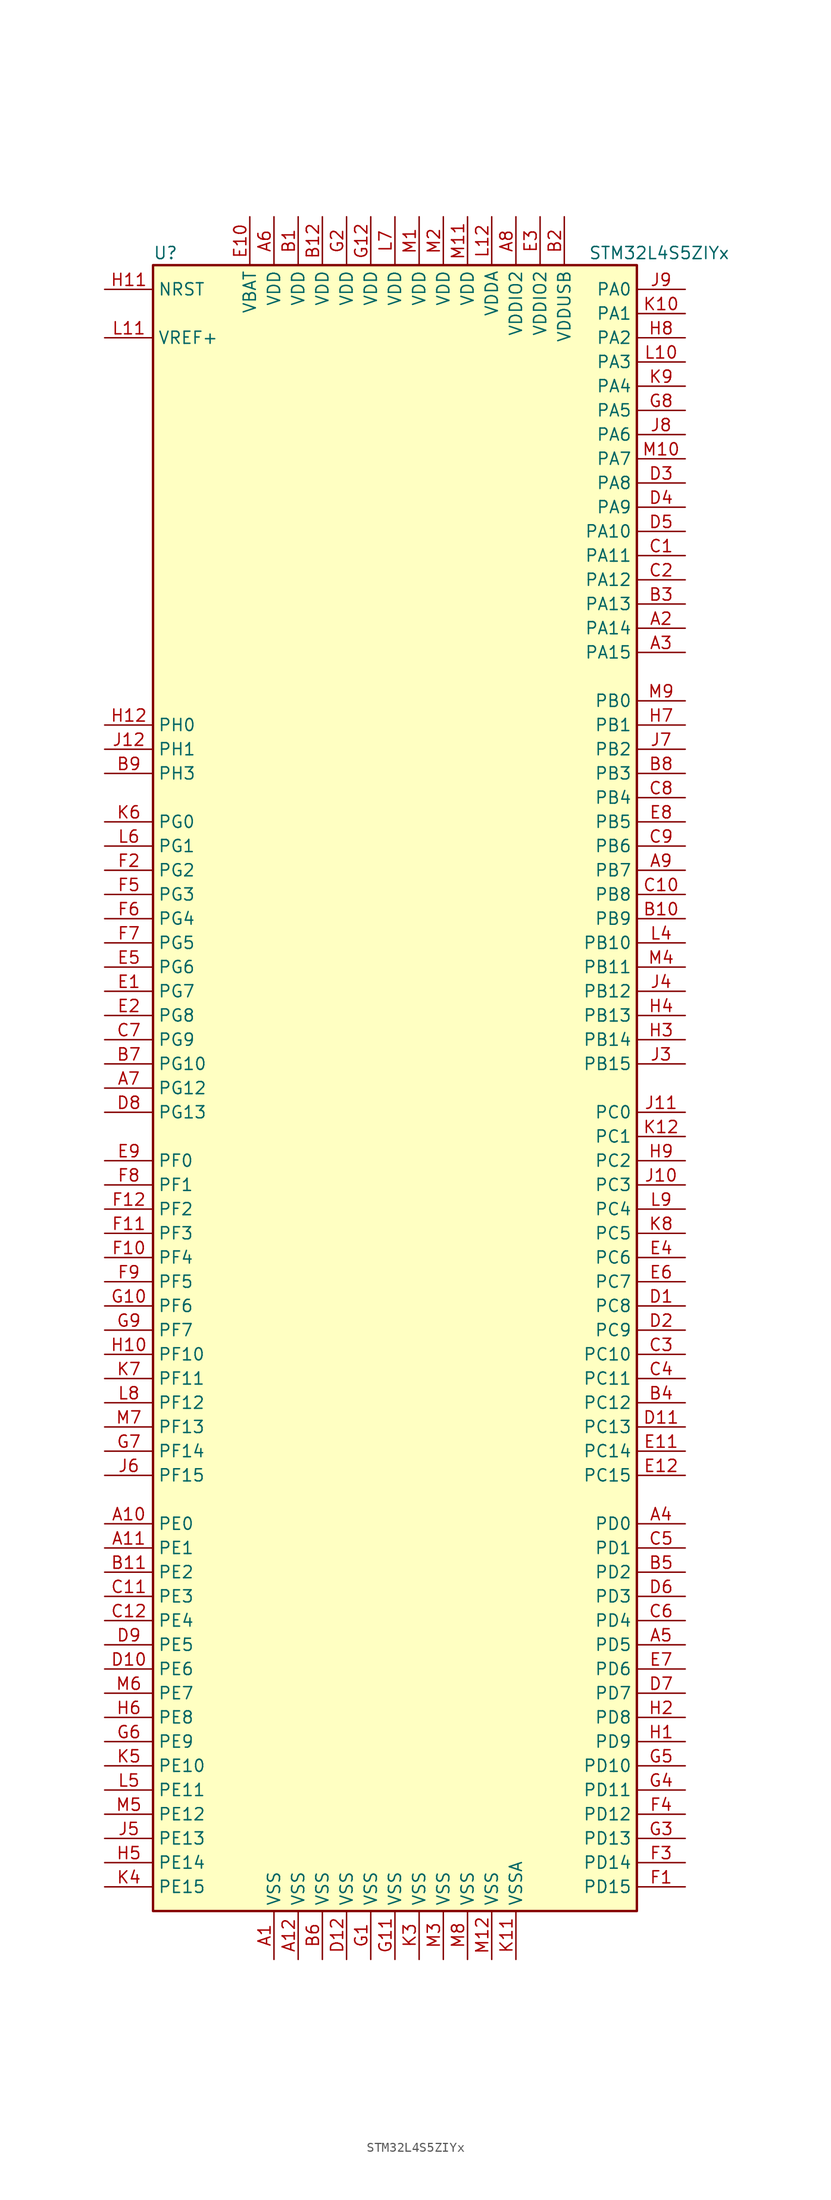
<source format=kicad_sym>
(kicad_symbol_lib
  (version 20201005)
  (generator kicad_symbol_editor)
  (symbol "STM32L4S5ZIYx"
    (property "Reference" "U"
      (at -25.4 87.63 0)
      (effects (font (size 1.27 1.27)) (justify left)))
    (property "Value" "STM32L4S5ZIYx"
      (at 20.32 87.63 0)
      (effects (font (size 1.27 1.27)) (justify left)))
    (symbol "STM32L4S5ZIYx_0_1"
      (rectangle (start -25.4 -86.36) (end 25.4 86.36) (stroke (width 0.254)) (fill (type background))))
    (symbol "STM32L4S5ZIYx_1_1"
      (pin power_in line (at -12.7 -91.44 90) (length 5.08) (name "VSS" (effects (font (size 1.27 1.27)))) (number "A1" (effects (font (size 1.27 1.27)))))
      (pin bidirectional line (at -30.48 -45.72 0) (length 5.08) (name "PE0" (effects (font (size 1.27 1.27)))) (number "A10" (effects (font (size 1.27 1.27)))))
      (pin bidirectional line (at -30.48 -48.26 0) (length 5.08) (name "PE1" (effects (font (size 1.27 1.27)))) (number "A11" (effects (font (size 1.27 1.27)))))
      (pin power_in line (at -10.16 -91.44 90) (length 5.08) (name "VSS" (effects (font (size 1.27 1.27)))) (number "A12" (effects (font (size 1.27 1.27)))))
      (pin bidirectional line (at 30.48 48.26 180) (length 5.08) (name "PA14" (effects (font (size 1.27 1.27)))) (number "A2" (effects (font (size 1.27 1.27)))))
      (pin bidirectional line (at 30.48 45.72 180) (length 5.08) (name "PA15" (effects (font (size 1.27 1.27)))) (number "A3" (effects (font (size 1.27 1.27)))))
      (pin bidirectional line (at 30.48 -45.72 180) (length 5.08) (name "PD0" (effects (font (size 1.27 1.27)))) (number "A4" (effects (font (size 1.27 1.27)))))
      (pin bidirectional line (at 30.48 -58.42 180) (length 5.08) (name "PD5" (effects (font (size 1.27 1.27)))) (number "A5" (effects (font (size 1.27 1.27)))))
      (pin power_in line (at -12.7 91.44 270) (length 5.08) (name "VDD" (effects (font (size 1.27 1.27)))) (number "A6" (effects (font (size 1.27 1.27)))))
      (pin bidirectional line (at -30.48 0 0) (length 5.08) (name "PG12" (effects (font (size 1.27 1.27)))) (number "A7" (effects (font (size 1.27 1.27)))))
      (pin power_in line (at 12.7 91.44 270) (length 5.08) (name "VDDIO2" (effects (font (size 1.27 1.27)))) (number "A8" (effects (font (size 1.27 1.27)))))
      (pin bidirectional line (at 30.48 22.86 180) (length 5.08) (name "PB7" (effects (font (size 1.27 1.27)))) (number "A9" (effects (font (size 1.27 1.27)))))
      (pin power_in line (at -10.16 91.44 270) (length 5.08) (name "VDD" (effects (font (size 1.27 1.27)))) (number "B1" (effects (font (size 1.27 1.27)))))
      (pin bidirectional line (at 30.48 17.78 180) (length 5.08) (name "PB9" (effects (font (size 1.27 1.27)))) (number "B10" (effects (font (size 1.27 1.27)))))
      (pin bidirectional line (at -30.48 -50.8 0) (length 5.08) (name "PE2" (effects (font (size 1.27 1.27)))) (number "B11" (effects (font (size 1.27 1.27)))))
      (pin power_in line (at -7.62 91.44 270) (length 5.08) (name "VDD" (effects (font (size 1.27 1.27)))) (number "B12" (effects (font (size 1.27 1.27)))))
      (pin power_in line (at 17.78 91.44 270) (length 5.08) (name "VDDUSB" (effects (font (size 1.27 1.27)))) (number "B2" (effects (font (size 1.27 1.27)))))
      (pin bidirectional line (at 30.48 50.8 180) (length 5.08) (name "PA13" (effects (font (size 1.27 1.27)))) (number "B3" (effects (font (size 1.27 1.27)))))
      (pin bidirectional line (at 30.48 -33.02 180) (length 5.08) (name "PC12" (effects (font (size 1.27 1.27)))) (number "B4" (effects (font (size 1.27 1.27)))))
      (pin bidirectional line (at 30.48 -50.8 180) (length 5.08) (name "PD2" (effects (font (size 1.27 1.27)))) (number "B5" (effects (font (size 1.27 1.27)))))
      (pin power_in line (at -7.62 -91.44 90) (length 5.08) (name "VSS" (effects (font (size 1.27 1.27)))) (number "B6" (effects (font (size 1.27 1.27)))))
      (pin bidirectional line (at -30.48 2.54 0) (length 5.08) (name "PG10" (effects (font (size 1.27 1.27)))) (number "B7" (effects (font (size 1.27 1.27)))))
      (pin bidirectional line (at 30.48 33.02 180) (length 5.08) (name "PB3" (effects (font (size 1.27 1.27)))) (number "B8" (effects (font (size 1.27 1.27)))))
      (pin bidirectional line (at -30.48 33.02 0) (length 5.08) (name "PH3" (effects (font (size 1.27 1.27)))) (number "B9" (effects (font (size 1.27 1.27)))))
      (pin bidirectional line (at 30.48 55.88 180) (length 5.08) (name "PA11" (effects (font (size 1.27 1.27)))) (number "C1" (effects (font (size 1.27 1.27)))))
      (pin bidirectional line (at 30.48 20.32 180) (length 5.08) (name "PB8" (effects (font (size 1.27 1.27)))) (number "C10" (effects (font (size 1.27 1.27)))))
      (pin bidirectional line (at -30.48 -53.34 0) (length 5.08) (name "PE3" (effects (font (size 1.27 1.27)))) (number "C11" (effects (font (size 1.27 1.27)))))
      (pin bidirectional line (at -30.48 -55.88 0) (length 5.08) (name "PE4" (effects (font (size 1.27 1.27)))) (number "C12" (effects (font (size 1.27 1.27)))))
      (pin bidirectional line (at 30.48 53.34 180) (length 5.08) (name "PA12" (effects (font (size 1.27 1.27)))) (number "C2" (effects (font (size 1.27 1.27)))))
      (pin bidirectional line (at 30.48 -27.94 180) (length 5.08) (name "PC10" (effects (font (size 1.27 1.27)))) (number "C3" (effects (font (size 1.27 1.27)))))
      (pin bidirectional line (at 30.48 -30.48 180) (length 5.08) (name "PC11" (effects (font (size 1.27 1.27)))) (number "C4" (effects (font (size 1.27 1.27)))))
      (pin bidirectional line (at 30.48 -48.26 180) (length 5.08) (name "PD1" (effects (font (size 1.27 1.27)))) (number "C5" (effects (font (size 1.27 1.27)))))
      (pin bidirectional line (at 30.48 -55.88 180) (length 5.08) (name "PD4" (effects (font (size 1.27 1.27)))) (number "C6" (effects (font (size 1.27 1.27)))))
      (pin bidirectional line (at -30.48 5.08 0) (length 5.08) (name "PG9" (effects (font (size 1.27 1.27)))) (number "C7" (effects (font (size 1.27 1.27)))))
      (pin bidirectional line (at 30.48 30.48 180) (length 5.08) (name "PB4" (effects (font (size 1.27 1.27)))) (number "C8" (effects (font (size 1.27 1.27)))))
      (pin bidirectional line (at 30.48 25.4 180) (length 5.08) (name "PB6" (effects (font (size 1.27 1.27)))) (number "C9" (effects (font (size 1.27 1.27)))))
      (pin bidirectional line (at 30.48 -22.86 180) (length 5.08) (name "PC8" (effects (font (size 1.27 1.27)))) (number "D1" (effects (font (size 1.27 1.27)))))
      (pin bidirectional line (at -30.48 -60.96 0) (length 5.08) (name "PE6" (effects (font (size 1.27 1.27)))) (number "D10" (effects (font (size 1.27 1.27)))))
      (pin bidirectional line (at 30.48 -35.56 180) (length 5.08) (name "PC13" (effects (font (size 1.27 1.27)))) (number "D11" (effects (font (size 1.27 1.27)))))
      (pin power_in line (at -5.08 -91.44 90) (length 5.08) (name "VSS" (effects (font (size 1.27 1.27)))) (number "D12" (effects (font (size 1.27 1.27)))))
      (pin bidirectional line (at 30.48 -25.4 180) (length 5.08) (name "PC9" (effects (font (size 1.27 1.27)))) (number "D2" (effects (font (size 1.27 1.27)))))
      (pin bidirectional line (at 30.48 63.5 180) (length 5.08) (name "PA8" (effects (font (size 1.27 1.27)))) (number "D3" (effects (font (size 1.27 1.27)))))
      (pin bidirectional line (at 30.48 60.96 180) (length 5.08) (name "PA9" (effects (font (size 1.27 1.27)))) (number "D4" (effects (font (size 1.27 1.27)))))
      (pin bidirectional line (at 30.48 58.42 180) (length 5.08) (name "PA10" (effects (font (size 1.27 1.27)))) (number "D5" (effects (font (size 1.27 1.27)))))
      (pin bidirectional line (at 30.48 -53.34 180) (length 5.08) (name "PD3" (effects (font (size 1.27 1.27)))) (number "D6" (effects (font (size 1.27 1.27)))))
      (pin bidirectional line (at 30.48 -63.5 180) (length 5.08) (name "PD7" (effects (font (size 1.27 1.27)))) (number "D7" (effects (font (size 1.27 1.27)))))
      (pin bidirectional line (at -30.48 -2.54 0) (length 5.08) (name "PG13" (effects (font (size 1.27 1.27)))) (number "D8" (effects (font (size 1.27 1.27)))))
      (pin bidirectional line (at -30.48 -58.42 0) (length 5.08) (name "PE5" (effects (font (size 1.27 1.27)))) (number "D9" (effects (font (size 1.27 1.27)))))
      (pin bidirectional line (at -30.48 10.16 0) (length 5.08) (name "PG7" (effects (font (size 1.27 1.27)))) (number "E1" (effects (font (size 1.27 1.27)))))
      (pin power_in line (at -15.24 91.44 270) (length 5.08) (name "VBAT" (effects (font (size 1.27 1.27)))) (number "E10" (effects (font (size 1.27 1.27)))))
      (pin bidirectional line (at 30.48 -38.1 180) (length 5.08) (name "PC14" (effects (font (size 1.27 1.27)))) (number "E11" (effects (font (size 1.27 1.27)))))
      (pin bidirectional line (at 30.48 -40.64 180) (length 5.08) (name "PC15" (effects (font (size 1.27 1.27)))) (number "E12" (effects (font (size 1.27 1.27)))))
      (pin bidirectional line (at -30.48 7.62 0) (length 5.08) (name "PG8" (effects (font (size 1.27 1.27)))) (number "E2" (effects (font (size 1.27 1.27)))))
      (pin power_in line (at 15.24 91.44 270) (length 5.08) (name "VDDIO2" (effects (font (size 1.27 1.27)))) (number "E3" (effects (font (size 1.27 1.27)))))
      (pin bidirectional line (at 30.48 -17.78 180) (length 5.08) (name "PC6" (effects (font (size 1.27 1.27)))) (number "E4" (effects (font (size 1.27 1.27)))))
      (pin bidirectional line (at -30.48 12.7 0) (length 5.08) (name "PG6" (effects (font (size 1.27 1.27)))) (number "E5" (effects (font (size 1.27 1.27)))))
      (pin bidirectional line (at 30.48 -20.32 180) (length 5.08) (name "PC7" (effects (font (size 1.27 1.27)))) (number "E6" (effects (font (size 1.27 1.27)))))
      (pin bidirectional line (at 30.48 -60.96 180) (length 5.08) (name "PD6" (effects (font (size 1.27 1.27)))) (number "E7" (effects (font (size 1.27 1.27)))))
      (pin bidirectional line (at 30.48 27.94 180) (length 5.08) (name "PB5" (effects (font (size 1.27 1.27)))) (number "E8" (effects (font (size 1.27 1.27)))))
      (pin bidirectional line (at -30.48 -7.62 0) (length 5.08) (name "PF0" (effects (font (size 1.27 1.27)))) (number "E9" (effects (font (size 1.27 1.27)))))
      (pin bidirectional line (at 30.48 -83.82 180) (length 5.08) (name "PD15" (effects (font (size 1.27 1.27)))) (number "F1" (effects (font (size 1.27 1.27)))))
      (pin bidirectional line (at -30.48 -17.78 0) (length 5.08) (name "PF4" (effects (font (size 1.27 1.27)))) (number "F10" (effects (font (size 1.27 1.27)))))
      (pin bidirectional line (at -30.48 -15.24 0) (length 5.08) (name "PF3" (effects (font (size 1.27 1.27)))) (number "F11" (effects (font (size 1.27 1.27)))))
      (pin bidirectional line (at -30.48 -12.7 0) (length 5.08) (name "PF2" (effects (font (size 1.27 1.27)))) (number "F12" (effects (font (size 1.27 1.27)))))
      (pin bidirectional line (at -30.48 22.86 0) (length 5.08) (name "PG2" (effects (font (size 1.27 1.27)))) (number "F2" (effects (font (size 1.27 1.27)))))
      (pin bidirectional line (at 30.48 -81.28 180) (length 5.08) (name "PD14" (effects (font (size 1.27 1.27)))) (number "F3" (effects (font (size 1.27 1.27)))))
      (pin bidirectional line (at 30.48 -76.2 180) (length 5.08) (name "PD12" (effects (font (size 1.27 1.27)))) (number "F4" (effects (font (size 1.27 1.27)))))
      (pin bidirectional line (at -30.48 20.32 0) (length 5.08) (name "PG3" (effects (font (size 1.27 1.27)))) (number "F5" (effects (font (size 1.27 1.27)))))
      (pin bidirectional line (at -30.48 17.78 0) (length 5.08) (name "PG4" (effects (font (size 1.27 1.27)))) (number "F6" (effects (font (size 1.27 1.27)))))
      (pin bidirectional line (at -30.48 15.24 0) (length 5.08) (name "PG5" (effects (font (size 1.27 1.27)))) (number "F7" (effects (font (size 1.27 1.27)))))
      (pin bidirectional line (at -30.48 -10.16 0) (length 5.08) (name "PF1" (effects (font (size 1.27 1.27)))) (number "F8" (effects (font (size 1.27 1.27)))))
      (pin bidirectional line (at -30.48 -20.32 0) (length 5.08) (name "PF5" (effects (font (size 1.27 1.27)))) (number "F9" (effects (font (size 1.27 1.27)))))
      (pin power_in line (at -2.54 -91.44 90) (length 5.08) (name "VSS" (effects (font (size 1.27 1.27)))) (number "G1" (effects (font (size 1.27 1.27)))))
      (pin bidirectional line (at -30.48 -22.86 0) (length 5.08) (name "PF6" (effects (font (size 1.27 1.27)))) (number "G10" (effects (font (size 1.27 1.27)))))
      (pin power_in line (at 0 -91.44 90) (length 5.08) (name "VSS" (effects (font (size 1.27 1.27)))) (number "G11" (effects (font (size 1.27 1.27)))))
      (pin power_in line (at -2.54 91.44 270) (length 5.08) (name "VDD" (effects (font (size 1.27 1.27)))) (number "G12" (effects (font (size 1.27 1.27)))))
      (pin power_in line (at -5.08 91.44 270) (length 5.08) (name "VDD" (effects (font (size 1.27 1.27)))) (number "G2" (effects (font (size 1.27 1.27)))))
      (pin bidirectional line (at 30.48 -78.74 180) (length 5.08) (name "PD13" (effects (font (size 1.27 1.27)))) (number "G3" (effects (font (size 1.27 1.27)))))
      (pin bidirectional line (at 30.48 -73.66 180) (length 5.08) (name "PD11" (effects (font (size 1.27 1.27)))) (number "G4" (effects (font (size 1.27 1.27)))))
      (pin bidirectional line (at 30.48 -71.12 180) (length 5.08) (name "PD10" (effects (font (size 1.27 1.27)))) (number "G5" (effects (font (size 1.27 1.27)))))
      (pin bidirectional line (at -30.48 -68.58 0) (length 5.08) (name "PE9" (effects (font (size 1.27 1.27)))) (number "G6" (effects (font (size 1.27 1.27)))))
      (pin bidirectional line (at -30.48 -38.1 0) (length 5.08) (name "PF14" (effects (font (size 1.27 1.27)))) (number "G7" (effects (font (size 1.27 1.27)))))
      (pin bidirectional line (at 30.48 71.12 180) (length 5.08) (name "PA5" (effects (font (size 1.27 1.27)))) (number "G8" (effects (font (size 1.27 1.27)))))
      (pin bidirectional line (at -30.48 -25.4 0) (length 5.08) (name "PF7" (effects (font (size 1.27 1.27)))) (number "G9" (effects (font (size 1.27 1.27)))))
      (pin bidirectional line (at 30.48 -68.58 180) (length 5.08) (name "PD9" (effects (font (size 1.27 1.27)))) (number "H1" (effects (font (size 1.27 1.27)))))
      (pin bidirectional line (at -30.48 -27.94 0) (length 5.08) (name "PF10" (effects (font (size 1.27 1.27)))) (number "H10" (effects (font (size 1.27 1.27)))))
      (pin input line (at -30.48 83.82 0) (length 5.08) (name "NRST" (effects (font (size 1.27 1.27)))) (number "H11" (effects (font (size 1.27 1.27)))))
      (pin input line (at -30.48 38.1 0) (length 5.08) (name "PH0" (effects (font (size 1.27 1.27)))) (number "H12" (effects (font (size 1.27 1.27)))))
      (pin bidirectional line (at 30.48 -66.04 180) (length 5.08) (name "PD8" (effects (font (size 1.27 1.27)))) (number "H2" (effects (font (size 1.27 1.27)))))
      (pin bidirectional line (at 30.48 5.08 180) (length 5.08) (name "PB14" (effects (font (size 1.27 1.27)))) (number "H3" (effects (font (size 1.27 1.27)))))
      (pin bidirectional line (at 30.48 7.62 180) (length 5.08) (name "PB13" (effects (font (size 1.27 1.27)))) (number "H4" (effects (font (size 1.27 1.27)))))
      (pin bidirectional line (at -30.48 -81.28 0) (length 5.08) (name "PE14" (effects (font (size 1.27 1.27)))) (number "H5" (effects (font (size 1.27 1.27)))))
      (pin bidirectional line (at -30.48 -66.04 0) (length 5.08) (name "PE8" (effects (font (size 1.27 1.27)))) (number "H6" (effects (font (size 1.27 1.27)))))
      (pin bidirectional line (at 30.48 38.1 180) (length 5.08) (name "PB1" (effects (font (size 1.27 1.27)))) (number "H7" (effects (font (size 1.27 1.27)))))
      (pin bidirectional line (at 30.48 78.74 180) (length 5.08) (name "PA2" (effects (font (size 1.27 1.27)))) (number "H8" (effects (font (size 1.27 1.27)))))
      (pin bidirectional line (at 30.48 -7.62 180) (length 5.08) (name "PC2" (effects (font (size 1.27 1.27)))) (number "H9" (effects (font (size 1.27 1.27)))))
      (pin no_connect line (at -25.4 -83.82 0) (length 5.08) hide (name "NC" (effects (font (size 1.27 1.27)))) (number "J1" (effects (font (size 1.27 1.27)))))
      (pin bidirectional line (at 30.48 -10.16 180) (length 5.08) (name "PC3" (effects (font (size 1.27 1.27)))) (number "J10" (effects (font (size 1.27 1.27)))))
      (pin bidirectional line (at 30.48 -2.54 180) (length 5.08) (name "PC0" (effects (font (size 1.27 1.27)))) (number "J11" (effects (font (size 1.27 1.27)))))
      (pin input line (at -30.48 35.56 0) (length 5.08) (name "PH1" (effects (font (size 1.27 1.27)))) (number "J12" (effects (font (size 1.27 1.27)))))
      (pin no_connect line (at -25.4 -81.28 0) (length 5.08) hide (name "NC" (effects (font (size 1.27 1.27)))) (number "J2" (effects (font (size 1.27 1.27)))))
      (pin bidirectional line (at 30.48 2.54 180) (length 5.08) (name "PB15" (effects (font (size 1.27 1.27)))) (number "J3" (effects (font (size 1.27 1.27)))))
      (pin bidirectional line (at 30.48 10.16 180) (length 5.08) (name "PB12" (effects (font (size 1.27 1.27)))) (number "J4" (effects (font (size 1.27 1.27)))))
      (pin bidirectional line (at -30.48 -78.74 0) (length 5.08) (name "PE13" (effects (font (size 1.27 1.27)))) (number "J5" (effects (font (size 1.27 1.27)))))
      (pin bidirectional line (at -30.48 -40.64 0) (length 5.08) (name "PF15" (effects (font (size 1.27 1.27)))) (number "J6" (effects (font (size 1.27 1.27)))))
      (pin bidirectional line (at 30.48 35.56 180) (length 5.08) (name "PB2" (effects (font (size 1.27 1.27)))) (number "J7" (effects (font (size 1.27 1.27)))))
      (pin bidirectional line (at 30.48 68.58 180) (length 5.08) (name "PA6" (effects (font (size 1.27 1.27)))) (number "J8" (effects (font (size 1.27 1.27)))))
      (pin bidirectional line (at 30.48 83.82 180) (length 5.08) (name "PA0" (effects (font (size 1.27 1.27)))) (number "J9" (effects (font (size 1.27 1.27)))))
      (pin no_connect line (at -25.4 -78.74 0) (length 5.08) hide (name "NC" (effects (font (size 1.27 1.27)))) (number "K1" (effects (font (size 1.27 1.27)))))
      (pin bidirectional line (at 30.48 81.28 180) (length 5.08) (name "PA1" (effects (font (size 1.27 1.27)))) (number "K10" (effects (font (size 1.27 1.27)))))
      (pin power_in line (at 12.7 -91.44 90) (length 5.08) (name "VSSA" (effects (font (size 1.27 1.27)))) (number "K11" (effects (font (size 1.27 1.27)))))
      (pin bidirectional line (at 30.48 -5.08 180) (length 5.08) (name "PC1" (effects (font (size 1.27 1.27)))) (number "K12" (effects (font (size 1.27 1.27)))))
      (pin no_connect line (at -25.4 -76.2 0) (length 5.08) hide (name "NC" (effects (font (size 1.27 1.27)))) (number "K2" (effects (font (size 1.27 1.27)))))
      (pin power_in line (at 2.54 -91.44 90) (length 5.08) (name "VSS" (effects (font (size 1.27 1.27)))) (number "K3" (effects (font (size 1.27 1.27)))))
      (pin bidirectional line (at -30.48 -83.82 0) (length 5.08) (name "PE15" (effects (font (size 1.27 1.27)))) (number "K4" (effects (font (size 1.27 1.27)))))
      (pin bidirectional line (at -30.48 -71.12 0) (length 5.08) (name "PE10" (effects (font (size 1.27 1.27)))) (number "K5" (effects (font (size 1.27 1.27)))))
      (pin bidirectional line (at -30.48 27.94 0) (length 5.08) (name "PG0" (effects (font (size 1.27 1.27)))) (number "K6" (effects (font (size 1.27 1.27)))))
      (pin bidirectional line (at -30.48 -30.48 0) (length 5.08) (name "PF11" (effects (font (size 1.27 1.27)))) (number "K7" (effects (font (size 1.27 1.27)))))
      (pin bidirectional line (at 30.48 -15.24 180) (length 5.08) (name "PC5" (effects (font (size 1.27 1.27)))) (number "K8" (effects (font (size 1.27 1.27)))))
      (pin bidirectional line (at 30.48 73.66 180) (length 5.08) (name "PA4" (effects (font (size 1.27 1.27)))) (number "K9" (effects (font (size 1.27 1.27)))))
      (pin no_connect line (at -25.4 -73.66 0) (length 5.08) hide (name "NC" (effects (font (size 1.27 1.27)))) (number "L1" (effects (font (size 1.27 1.27)))))
      (pin bidirectional line (at 30.48 76.2 180) (length 5.08) (name "PA3" (effects (font (size 1.27 1.27)))) (number "L10" (effects (font (size 1.27 1.27)))))
      (pin bidirectional line (at -30.48 78.74 0) (length 5.08) (name "VREF+" (effects (font (size 1.27 1.27)))) (number "L11" (effects (font (size 1.27 1.27)))))
      (pin power_in line (at 10.16 91.44 270) (length 5.08) (name "VDDA" (effects (font (size 1.27 1.27)))) (number "L12" (effects (font (size 1.27 1.27)))))
      (pin no_connect line (at -25.4 -71.12 0) (length 5.08) hide (name "NC" (effects (font (size 1.27 1.27)))) (number "L2" (effects (font (size 1.27 1.27)))))
      (pin no_connect line (at -25.4 -68.58 0) (length 5.08) hide (name "NC" (effects (font (size 1.27 1.27)))) (number "L3" (effects (font (size 1.27 1.27)))))
      (pin bidirectional line (at 30.48 15.24 180) (length 5.08) (name "PB10" (effects (font (size 1.27 1.27)))) (number "L4" (effects (font (size 1.27 1.27)))))
      (pin bidirectional line (at -30.48 -73.66 0) (length 5.08) (name "PE11" (effects (font (size 1.27 1.27)))) (number "L5" (effects (font (size 1.27 1.27)))))
      (pin bidirectional line (at -30.48 25.4 0) (length 5.08) (name "PG1" (effects (font (size 1.27 1.27)))) (number "L6" (effects (font (size 1.27 1.27)))))
      (pin power_in line (at 0 91.44 270) (length 5.08) (name "VDD" (effects (font (size 1.27 1.27)))) (number "L7" (effects (font (size 1.27 1.27)))))
      (pin bidirectional line (at -30.48 -33.02 0) (length 5.08) (name "PF12" (effects (font (size 1.27 1.27)))) (number "L8" (effects (font (size 1.27 1.27)))))
      (pin bidirectional line (at 30.48 -12.7 180) (length 5.08) (name "PC4" (effects (font (size 1.27 1.27)))) (number "L9" (effects (font (size 1.27 1.27)))))
      (pin power_in line (at 2.54 91.44 270) (length 5.08) (name "VDD" (effects (font (size 1.27 1.27)))) (number "M1" (effects (font (size 1.27 1.27)))))
      (pin bidirectional line (at 30.48 66.04 180) (length 5.08) (name "PA7" (effects (font (size 1.27 1.27)))) (number "M10" (effects (font (size 1.27 1.27)))))
      (pin power_in line (at 7.62 91.44 270) (length 5.08) (name "VDD" (effects (font (size 1.27 1.27)))) (number "M11" (effects (font (size 1.27 1.27)))))
      (pin power_in line (at 10.16 -91.44 90) (length 5.08) (name "VSS" (effects (font (size 1.27 1.27)))) (number "M12" (effects (font (size 1.27 1.27)))))
      (pin power_in line (at 5.08 91.44 270) (length 5.08) (name "VDD" (effects (font (size 1.27 1.27)))) (number "M2" (effects (font (size 1.27 1.27)))))
      (pin power_in line (at 5.08 -91.44 90) (length 5.08) (name "VSS" (effects (font (size 1.27 1.27)))) (number "M3" (effects (font (size 1.27 1.27)))))
      (pin bidirectional line (at 30.48 12.7 180) (length 5.08) (name "PB11" (effects (font (size 1.27 1.27)))) (number "M4" (effects (font (size 1.27 1.27)))))
      (pin bidirectional line (at -30.48 -76.2 0) (length 5.08) (name "PE12" (effects (font (size 1.27 1.27)))) (number "M5" (effects (font (size 1.27 1.27)))))
      (pin bidirectional line (at -30.48 -63.5 0) (length 5.08) (name "PE7" (effects (font (size 1.27 1.27)))) (number "M6" (effects (font (size 1.27 1.27)))))
      (pin bidirectional line (at -30.48 -35.56 0) (length 5.08) (name "PF13" (effects (font (size 1.27 1.27)))) (number "M7" (effects (font (size 1.27 1.27)))))
      (pin power_in line (at 7.62 -91.44 90) (length 5.08) (name "VSS" (effects (font (size 1.27 1.27)))) (number "M8" (effects (font (size 1.27 1.27)))))
      (pin bidirectional line (at 30.48 40.64 180) (length 5.08) (name "PB0" (effects (font (size 1.27 1.27)))) (number "M9" (effects (font (size 1.27 1.27))))))))
</source>
